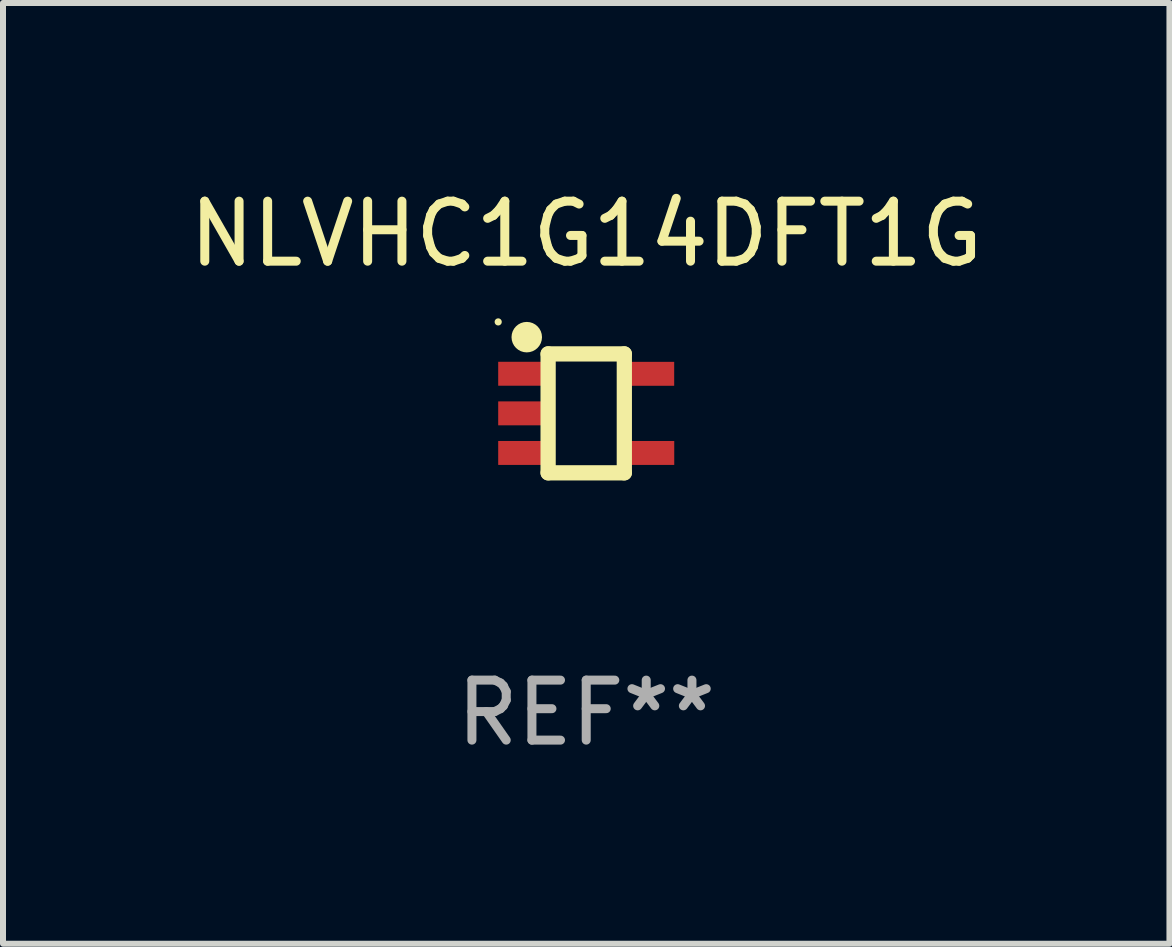
<source format=kicad_pcb>
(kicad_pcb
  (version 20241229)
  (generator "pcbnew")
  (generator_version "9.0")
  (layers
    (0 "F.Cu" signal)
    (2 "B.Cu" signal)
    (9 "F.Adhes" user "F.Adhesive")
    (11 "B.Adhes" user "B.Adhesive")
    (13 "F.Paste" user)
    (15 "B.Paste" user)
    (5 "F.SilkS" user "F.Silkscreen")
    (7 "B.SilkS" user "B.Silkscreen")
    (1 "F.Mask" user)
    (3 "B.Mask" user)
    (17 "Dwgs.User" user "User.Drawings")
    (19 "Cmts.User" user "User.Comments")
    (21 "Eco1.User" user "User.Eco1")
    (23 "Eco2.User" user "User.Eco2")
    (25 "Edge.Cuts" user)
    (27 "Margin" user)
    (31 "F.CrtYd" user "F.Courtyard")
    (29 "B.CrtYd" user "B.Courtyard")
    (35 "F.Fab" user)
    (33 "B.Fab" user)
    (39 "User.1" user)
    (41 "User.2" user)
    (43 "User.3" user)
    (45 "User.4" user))
  (footprint "NLVHC1G14DFT1G"
    (layer "F.Cu")
    (at 6.72 3.839)
    (property "Reference" "NLVHC1G14DFT1G" (at 0 -2.991 0) (layer "F.SilkS") (effects (font (size 1 1) (thickness 0.15))))
    (attr through_hole)
    (fp_line (start -0.635 -0.991) (end 0.635 -0.991) (stroke (width 0.254) (type solid)) (layer "F.SilkS"))
    (fp_line (start -0.635 0.991) (end -0.635 -0.991) (stroke (width 0.254) (type solid)) (layer "F.SilkS"))
    (fp_line (start 0.635 -0.991) (end 0.635 0.991) (stroke (width 0.254) (type solid)) (layer "F.SilkS"))
    (fp_line (start 0.635 0.991) (end -0.635 0.991) (stroke (width 0.254) (type solid)) (layer "F.SilkS"))
    (fp_circle (center -1.467 -1.524) (end -1.437 -1.524) (stroke (width 0.06) (type solid)) (fill no) (layer "F.SilkS"))
    (fp_circle (center -0.991 -1.27) (end -0.864 -1.27) (stroke (width 0.254) (type solid)) (fill no) (layer "F.SilkS"))
    (fp_text user "REF**" (at 0 4.991 0) (layer "F.Fab") (effects (font (size 1 1) (thickness 0.15))))
    (pad "1" smd rect (at -1.067 -0.66) (size 0.8 0.399) (layers "F.Cu" "F.Mask" "F.Paste"))
    (pad "2" smd rect (at -1.067 0) (size 0.8 0.399) (layers "F.Cu" "F.Mask" "F.Paste"))
    (pad "3" smd rect (at -1.067 0.66) (size 0.8 0.399) (layers "F.Cu" "F.Mask" "F.Paste"))
    (pad "4" smd rect (at 1.067 0.66) (size 0.8 0.399) (layers "F.Cu" "F.Mask" "F.Paste"))
    (pad "5" smd rect (at 1.066 -0.659) (size 0.8 0.399) (layers "F.Cu" "F.Mask" "F.Paste")))
  (gr_rect
    (start -3 -3)
    (end 16.44 12.678)
    (stroke (width 0.1) (type default))
    (fill no)
    (layer "Edge.Cuts")))
</source>
